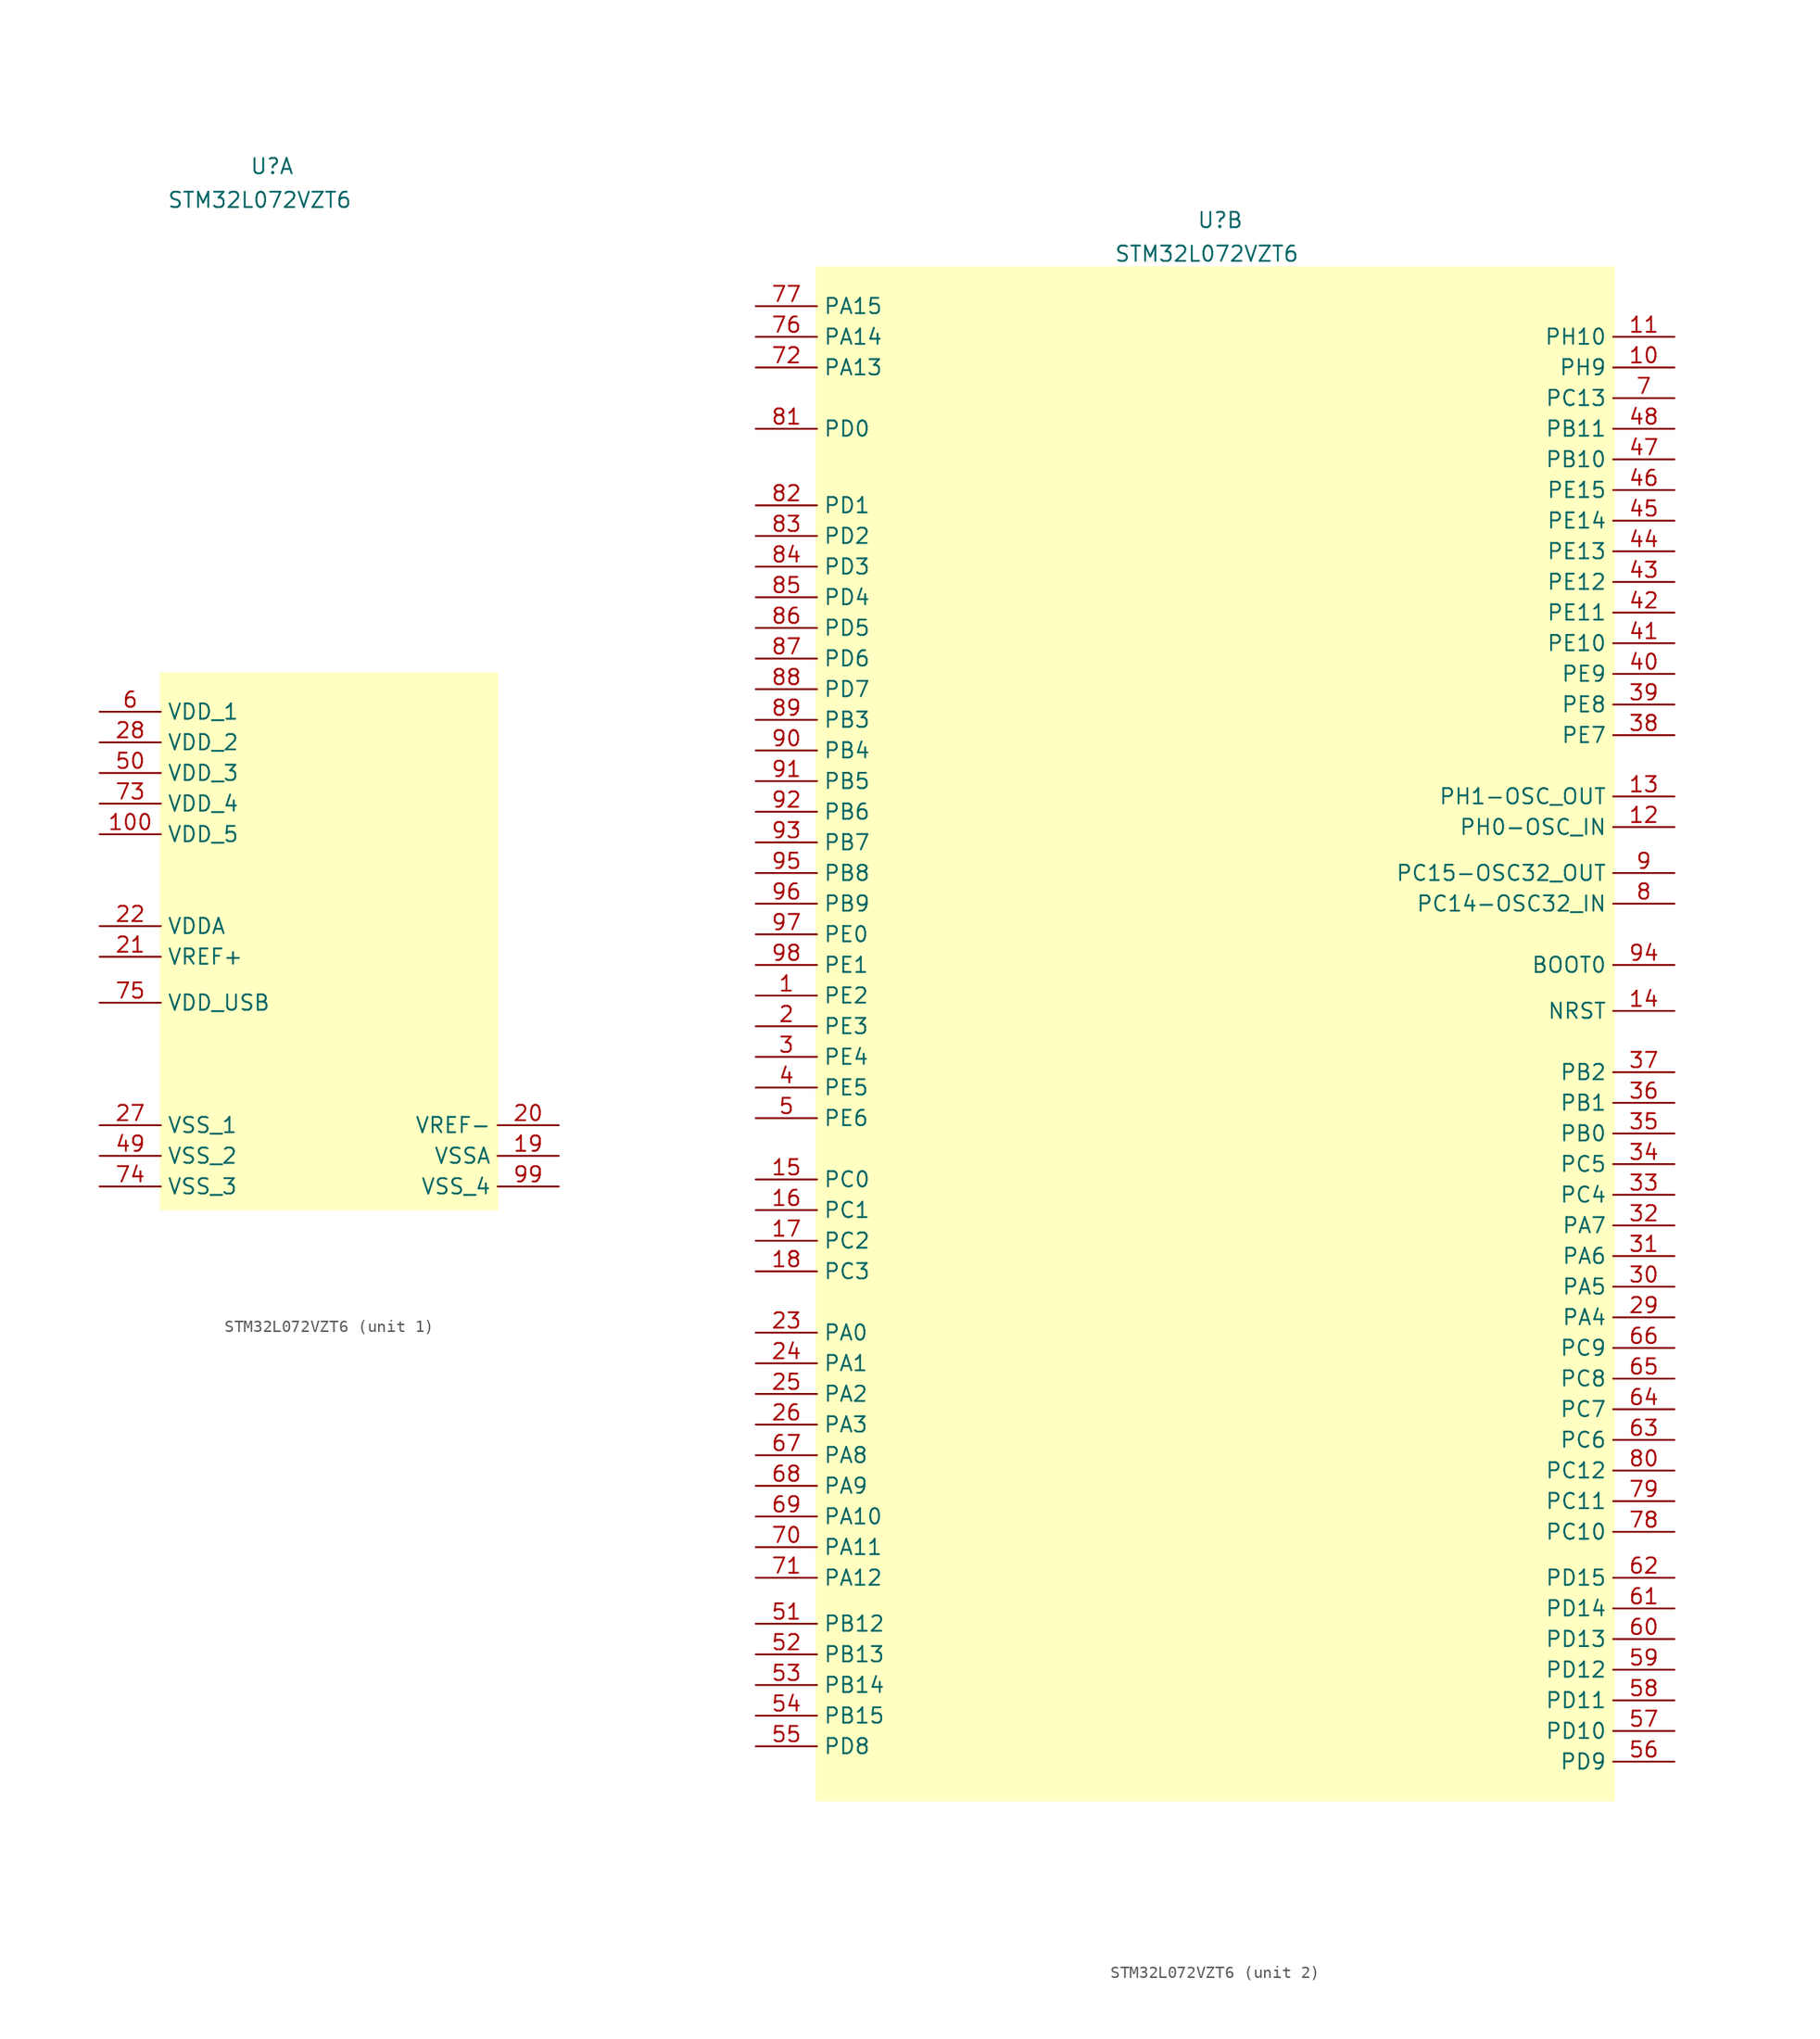
<source format=kicad_sym>
(kicad_symbol_lib
  (version 20231120)
  (generator "kicad_symbol_editor")
  (generator_version "8.0")
  (symbol "STM32L072VZT6"
    (property "Reference" "U"
      (at -6.604 63.754 0)
      (effects (font (size 1.27 1.27)) (justify left top)))
    (property "Value" "STM32L072VZT6"
      (at -13.462 60.96 0)
      (effects (font (size 1.27 1.27)) (justify left top)))
    (symbol "STM32L072VZT6_1_1"
      (rectangle (start -13.97 20.955) (end 13.97 -23.495) (stroke (width 0) (type default) (color 255 255 194 1)) (fill (type background)))
      (pin passive line (at -19.05 7.62 0) (length 5.08) (name "VDD_5" (effects (font (size 1.27 1.27)))) (number "100" (effects (font (size 1.27 1.27)))))
      (pin passive line (at 19.05 -19.05 180) (length 5.08) (name "VSSA" (effects (font (size 1.27 1.27)))) (number "19" (effects (font (size 1.27 1.27)))))
      (pin passive line (at 19.05 -16.51 180) (length 5.08) (name "VREF-" (effects (font (size 1.27 1.27)))) (number "20" (effects (font (size 1.27 1.27)))))
      (pin passive line (at -19.05 -2.54 0) (length 5.08) (name "VREF+" (effects (font (size 1.27 1.27)))) (number "21" (effects (font (size 1.27 1.27)))))
      (pin passive line (at -19.05 0 0) (length 5.08) (name "VDDA" (effects (font (size 1.27 1.27)))) (number "22" (effects (font (size 1.27 1.27)))))
      (pin passive line (at -19.05 -16.51 0) (length 5.08) (name "VSS_1" (effects (font (size 1.27 1.27)))) (number "27" (effects (font (size 1.27 1.27)))))
      (pin passive line (at -19.05 15.24 0) (length 5.08) (name "VDD_2" (effects (font (size 1.27 1.27)))) (number "28" (effects (font (size 1.27 1.27)))))
      (pin passive line (at -19.05 -19.05 0) (length 5.08) (name "VSS_2" (effects (font (size 1.27 1.27)))) (number "49" (effects (font (size 1.27 1.27)))))
      (pin passive line (at -19.05 12.7 0) (length 5.08) (name "VDD_3" (effects (font (size 1.27 1.27)))) (number "50" (effects (font (size 1.27 1.27)))))
      (pin passive line (at -19.05 17.78 0) (length 5.08) (name "VDD_1" (effects (font (size 1.27 1.27)))) (number "6" (effects (font (size 1.27 1.27)))))
      (pin passive line (at -19.05 10.16 0) (length 5.08) (name "VDD_4" (effects (font (size 1.27 1.27)))) (number "73" (effects (font (size 1.27 1.27)))))
      (pin passive line (at -19.05 -21.59 0) (length 5.08) (name "VSS_3" (effects (font (size 1.27 1.27)))) (number "74" (effects (font (size 1.27 1.27)))))
      (pin passive line (at -19.05 -6.35 0) (length 5.08) (name "VDD_USB" (effects (font (size 1.27 1.27)))) (number "75" (effects (font (size 1.27 1.27)))))
      (pin passive line (at 19.05 -21.59 180) (length 5.08) (name "VSS_4" (effects (font (size 1.27 1.27)))) (number "99" (effects (font (size 1.27 1.27))))))
    (symbol "STM32L072VZT6_2_1"
      (rectangle (start -38.1 59.055) (end 27.94 -67.945) (stroke (width 0.254) (type default) (color 255 255 194 1)) (fill (type background)))
      (pin passive line (at -43.18 -1.27 0) (length 5.08) (name "PE2" (effects (font (size 1.27 1.27)))) (number "1" (effects (font (size 1.27 1.27)))))
      (pin passive line (at 33.02 50.8 180) (length 5.08) (name "PH9" (effects (font (size 1.27 1.27)))) (number "10" (effects (font (size 1.27 1.27)))))
      (pin passive line (at 33.02 53.34 180) (length 5.08) (name "PH10" (effects (font (size 1.27 1.27)))) (number "11" (effects (font (size 1.27 1.27)))))
      (pin passive line (at 33.02 12.7 180) (length 5.08) (name "PH0-OSC_IN" (effects (font (size 1.27 1.27)))) (number "12" (effects (font (size 1.27 1.27)))))
      (pin passive line (at 33.02 15.24 180) (length 5.08) (name "PH1-OSC_OUT" (effects (font (size 1.27 1.27)))) (number "13" (effects (font (size 1.27 1.27)))))
      (pin passive line (at 33.02 -2.54 180) (length 5.08) (name "NRST" (effects (font (size 1.27 1.27)))) (number "14" (effects (font (size 1.27 1.27)))))
      (pin passive line (at -43.18 -16.51 0) (length 5.08) (name "PC0" (effects (font (size 1.27 1.27)))) (number "15" (effects (font (size 1.27 1.27)))))
      (pin passive line (at -43.18 -19.05 0) (length 5.08) (name "PC1" (effects (font (size 1.27 1.27)))) (number "16" (effects (font (size 1.27 1.27)))))
      (pin passive line (at -43.18 -21.59 0) (length 5.08) (name "PC2" (effects (font (size 1.27 1.27)))) (number "17" (effects (font (size 1.27 1.27)))))
      (pin passive line (at -43.18 -24.13 0) (length 5.08) (name "PC3" (effects (font (size 1.27 1.27)))) (number "18" (effects (font (size 1.27 1.27)))))
      (pin passive line (at -43.18 -3.81 0) (length 5.08) (name "PE3" (effects (font (size 1.27 1.27)))) (number "2" (effects (font (size 1.27 1.27)))))
      (pin passive line (at -43.18 -29.21 0) (length 5.08) (name "PA0" (effects (font (size 1.27 1.27)))) (number "23" (effects (font (size 1.27 1.27)))))
      (pin passive line (at -43.18 -31.75 0) (length 5.08) (name "PA1" (effects (font (size 1.27 1.27)))) (number "24" (effects (font (size 1.27 1.27)))))
      (pin passive line (at -43.18 -34.29 0) (length 5.08) (name "PA2" (effects (font (size 1.27 1.27)))) (number "25" (effects (font (size 1.27 1.27)))))
      (pin passive line (at -43.18 -36.83 0) (length 5.08) (name "PA3" (effects (font (size 1.27 1.27)))) (number "26" (effects (font (size 1.27 1.27)))))
      (pin passive line (at 33.02 -27.94 180) (length 5.08) (name "PA4" (effects (font (size 1.27 1.27)))) (number "29" (effects (font (size 1.27 1.27)))))
      (pin passive line (at -43.18 -6.35 0) (length 5.08) (name "PE4" (effects (font (size 1.27 1.27)))) (number "3" (effects (font (size 1.27 1.27)))))
      (pin passive line (at 33.02 -25.4 180) (length 5.08) (name "PA5" (effects (font (size 1.27 1.27)))) (number "30" (effects (font (size 1.27 1.27)))))
      (pin passive line (at 33.02 -22.86 180) (length 5.08) (name "PA6" (effects (font (size 1.27 1.27)))) (number "31" (effects (font (size 1.27 1.27)))))
      (pin passive line (at 33.02 -20.32 180) (length 5.08) (name "PA7" (effects (font (size 1.27 1.27)))) (number "32" (effects (font (size 1.27 1.27)))))
      (pin passive line (at 33.02 -17.78 180) (length 5.08) (name "PC4" (effects (font (size 1.27 1.27)))) (number "33" (effects (font (size 1.27 1.27)))))
      (pin passive line (at 33.02 -15.24 180) (length 5.08) (name "PC5" (effects (font (size 1.27 1.27)))) (number "34" (effects (font (size 1.27 1.27)))))
      (pin passive line (at 33.02 -12.7 180) (length 5.08) (name "PB0" (effects (font (size 1.27 1.27)))) (number "35" (effects (font (size 1.27 1.27)))))
      (pin passive line (at 33.02 -10.16 180) (length 5.08) (name "PB1" (effects (font (size 1.27 1.27)))) (number "36" (effects (font (size 1.27 1.27)))))
      (pin passive line (at 33.02 -7.62 180) (length 5.08) (name "PB2" (effects (font (size 1.27 1.27)))) (number "37" (effects (font (size 1.27 1.27)))))
      (pin passive line (at 33.02 20.32 180) (length 5.08) (name "PE7" (effects (font (size 1.27 1.27)))) (number "38" (effects (font (size 1.27 1.27)))))
      (pin passive line (at 33.02 22.86 180) (length 5.08) (name "PE8" (effects (font (size 1.27 1.27)))) (number "39" (effects (font (size 1.27 1.27)))))
      (pin passive line (at -43.18 -8.89 0) (length 5.08) (name "PE5" (effects (font (size 1.27 1.27)))) (number "4" (effects (font (size 1.27 1.27)))))
      (pin passive line (at 33.02 25.4 180) (length 5.08) (name "PE9" (effects (font (size 1.27 1.27)))) (number "40" (effects (font (size 1.27 1.27)))))
      (pin passive line (at 33.02 27.94 180) (length 5.08) (name "PE10" (effects (font (size 1.27 1.27)))) (number "41" (effects (font (size 1.27 1.27)))))
      (pin passive line (at 33.02 30.48 180) (length 5.08) (name "PE11" (effects (font (size 1.27 1.27)))) (number "42" (effects (font (size 1.27 1.27)))))
      (pin passive line (at 33.02 33.02 180) (length 5.08) (name "PE12" (effects (font (size 1.27 1.27)))) (number "43" (effects (font (size 1.27 1.27)))))
      (pin passive line (at 33.02 35.56 180) (length 5.08) (name "PE13" (effects (font (size 1.27 1.27)))) (number "44" (effects (font (size 1.27 1.27)))))
      (pin passive line (at 33.02 38.1 180) (length 5.08) (name "PE14" (effects (font (size 1.27 1.27)))) (number "45" (effects (font (size 1.27 1.27)))))
      (pin passive line (at 33.02 40.64 180) (length 5.08) (name "PE15" (effects (font (size 1.27 1.27)))) (number "46" (effects (font (size 1.27 1.27)))))
      (pin passive line (at 33.02 43.18 180) (length 5.08) (name "PB10" (effects (font (size 1.27 1.27)))) (number "47" (effects (font (size 1.27 1.27)))))
      (pin passive line (at 33.02 45.72 180) (length 5.08) (name "PB11" (effects (font (size 1.27 1.27)))) (number "48" (effects (font (size 1.27 1.27)))))
      (pin passive line (at -43.18 -11.43 0) (length 5.08) (name "PE6" (effects (font (size 1.27 1.27)))) (number "5" (effects (font (size 1.27 1.27)))))
      (pin passive line (at -43.18 -53.34 0) (length 5.08) (name "PB12" (effects (font (size 1.27 1.27)))) (number "51" (effects (font (size 1.27 1.27)))))
      (pin passive line (at -43.18 -55.88 0) (length 5.08) (name "PB13" (effects (font (size 1.27 1.27)))) (number "52" (effects (font (size 1.27 1.27)))))
      (pin passive line (at -43.18 -58.42 0) (length 5.08) (name "PB14" (effects (font (size 1.27 1.27)))) (number "53" (effects (font (size 1.27 1.27)))))
      (pin passive line (at -43.18 -60.96 0) (length 5.08) (name "PB15" (effects (font (size 1.27 1.27)))) (number "54" (effects (font (size 1.27 1.27)))))
      (pin passive line (at -43.18 -63.5 0) (length 5.08) (name "PD8" (effects (font (size 1.27 1.27)))) (number "55" (effects (font (size 1.27 1.27)))))
      (pin passive line (at 33.02 -64.77 180) (length 5.08) (name "PD9" (effects (font (size 1.27 1.27)))) (number "56" (effects (font (size 1.27 1.27)))))
      (pin passive line (at 33.02 -62.23 180) (length 5.08) (name "PD10" (effects (font (size 1.27 1.27)))) (number "57" (effects (font (size 1.27 1.27)))))
      (pin passive line (at 33.02 -59.69 180) (length 5.08) (name "PD11" (effects (font (size 1.27 1.27)))) (number "58" (effects (font (size 1.27 1.27)))))
      (pin passive line (at 33.02 -57.15 180) (length 5.08) (name "PD12" (effects (font (size 1.27 1.27)))) (number "59" (effects (font (size 1.27 1.27)))))
      (pin passive line (at 33.02 -54.61 180) (length 5.08) (name "PD13" (effects (font (size 1.27 1.27)))) (number "60" (effects (font (size 1.27 1.27)))))
      (pin passive line (at 33.02 -52.07 180) (length 5.08) (name "PD14" (effects (font (size 1.27 1.27)))) (number "61" (effects (font (size 1.27 1.27)))))
      (pin passive line (at 33.02 -49.53 180) (length 5.08) (name "PD15" (effects (font (size 1.27 1.27)))) (number "62" (effects (font (size 1.27 1.27)))))
      (pin passive line (at 33.02 -38.1 180) (length 5.08) (name "PC6" (effects (font (size 1.27 1.27)))) (number "63" (effects (font (size 1.27 1.27)))))
      (pin passive line (at 33.02 -35.56 180) (length 5.08) (name "PC7" (effects (font (size 1.27 1.27)))) (number "64" (effects (font (size 1.27 1.27)))))
      (pin passive line (at 33.02 -33.02 180) (length 5.08) (name "PC8" (effects (font (size 1.27 1.27)))) (number "65" (effects (font (size 1.27 1.27)))))
      (pin passive line (at 33.02 -30.48 180) (length 5.08) (name "PC9" (effects (font (size 1.27 1.27)))) (number "66" (effects (font (size 1.27 1.27)))))
      (pin passive line (at -43.18 -39.37 0) (length 5.08) (name "PA8" (effects (font (size 1.27 1.27)))) (number "67" (effects (font (size 1.27 1.27)))))
      (pin passive line (at -43.18 -41.91 0) (length 5.08) (name "PA9" (effects (font (size 1.27 1.27)))) (number "68" (effects (font (size 1.27 1.27)))))
      (pin passive line (at -43.18 -44.45 0) (length 5.08) (name "PA10" (effects (font (size 1.27 1.27)))) (number "69" (effects (font (size 1.27 1.27)))))
      (pin passive line (at 33.02 48.26 180) (length 5.08) (name "PC13" (effects (font (size 1.27 1.27)))) (number "7" (effects (font (size 1.27 1.27)))))
      (pin passive line (at -43.18 -46.99 0) (length 5.08) (name "PA11" (effects (font (size 1.27 1.27)))) (number "70" (effects (font (size 1.27 1.27)))))
      (pin passive line (at -43.18 -49.53 0) (length 5.08) (name "PA12" (effects (font (size 1.27 1.27)))) (number "71" (effects (font (size 1.27 1.27)))))
      (pin passive line (at -43.18 50.8 0) (length 5.08) (name "PA13" (effects (font (size 1.27 1.27)))) (number "72" (effects (font (size 1.27 1.27)))))
      (pin passive line (at -43.18 53.34 0) (length 5.08) (name "PA14" (effects (font (size 1.27 1.27)))) (number "76" (effects (font (size 1.27 1.27)))))
      (pin passive line (at -43.18 55.88 0) (length 5.08) (name "PA15" (effects (font (size 1.27 1.27)))) (number "77" (effects (font (size 1.27 1.27)))))
      (pin passive line (at 33.02 -45.72 180) (length 5.08) (name "PC10" (effects (font (size 1.27 1.27)))) (number "78" (effects (font (size 1.27 1.27)))))
      (pin passive line (at 33.02 -43.18 180) (length 5.08) (name "PC11" (effects (font (size 1.27 1.27)))) (number "79" (effects (font (size 1.27 1.27)))))
      (pin passive line (at 33.02 6.35 180) (length 5.08) (name "PC14-OSC32_IN" (effects (font (size 1.27 1.27)))) (number "8" (effects (font (size 1.27 1.27)))))
      (pin passive line (at 33.02 -40.64 180) (length 5.08) (name "PC12" (effects (font (size 1.27 1.27)))) (number "80" (effects (font (size 1.27 1.27)))))
      (pin passive line (at -43.18 45.72 0) (length 5.08) (name "PD0" (effects (font (size 1.27 1.27)))) (number "81" (effects (font (size 1.27 1.27)))))
      (pin passive line (at -43.18 39.37 0) (length 5.08) (name "PD1" (effects (font (size 1.27 1.27)))) (number "82" (effects (font (size 1.27 1.27)))))
      (pin passive line (at -43.18 36.83 0) (length 5.08) (name "PD2" (effects (font (size 1.27 1.27)))) (number "83" (effects (font (size 1.27 1.27)))))
      (pin passive line (at -43.18 34.29 0) (length 5.08) (name "PD3" (effects (font (size 1.27 1.27)))) (number "84" (effects (font (size 1.27 1.27)))))
      (pin passive line (at -43.18 31.75 0) (length 5.08) (name "PD4" (effects (font (size 1.27 1.27)))) (number "85" (effects (font (size 1.27 1.27)))))
      (pin passive line (at -43.18 29.21 0) (length 5.08) (name "PD5" (effects (font (size 1.27 1.27)))) (number "86" (effects (font (size 1.27 1.27)))))
      (pin passive line (at -43.18 26.67 0) (length 5.08) (name "PD6" (effects (font (size 1.27 1.27)))) (number "87" (effects (font (size 1.27 1.27)))))
      (pin passive line (at -43.18 24.13 0) (length 5.08) (name "PD7" (effects (font (size 1.27 1.27)))) (number "88" (effects (font (size 1.27 1.27)))))
      (pin passive line (at -43.18 21.59 0) (length 5.08) (name "PB3" (effects (font (size 1.27 1.27)))) (number "89" (effects (font (size 1.27 1.27)))))
      (pin passive line (at 33.02 8.89 180) (length 5.08) (name "PC15-OSC32_OUT" (effects (font (size 1.27 1.27)))) (number "9" (effects (font (size 1.27 1.27)))))
      (pin passive line (at -43.18 19.05 0) (length 5.08) (name "PB4" (effects (font (size 1.27 1.27)))) (number "90" (effects (font (size 1.27 1.27)))))
      (pin passive line (at -43.18 16.51 0) (length 5.08) (name "PB5" (effects (font (size 1.27 1.27)))) (number "91" (effects (font (size 1.27 1.27)))))
      (pin passive line (at -43.18 13.97 0) (length 5.08) (name "PB6" (effects (font (size 1.27 1.27)))) (number "92" (effects (font (size 1.27 1.27)))))
      (pin passive line (at -43.18 11.43 0) (length 5.08) (name "PB7" (effects (font (size 1.27 1.27)))) (number "93" (effects (font (size 1.27 1.27)))))
      (pin passive line (at 33.02 1.27 180) (length 5.08) (name "BOOT0" (effects (font (size 1.27 1.27)))) (number "94" (effects (font (size 1.27 1.27)))))
      (pin passive line (at -43.18 8.89 0) (length 5.08) (name "PB8" (effects (font (size 1.27 1.27)))) (number "95" (effects (font (size 1.27 1.27)))))
      (pin passive line (at -43.18 6.35 0) (length 5.08) (name "PB9" (effects (font (size 1.27 1.27)))) (number "96" (effects (font (size 1.27 1.27)))))
      (pin passive line (at -43.18 3.81 0) (length 5.08) (name "PE0" (effects (font (size 1.27 1.27)))) (number "97" (effects (font (size 1.27 1.27)))))
      (pin passive line (at -43.18 1.27 0) (length 5.08) (name "PE1" (effects (font (size 1.27 1.27)))) (number "98" (effects (font (size 1.27 1.27))))))))
</source>
